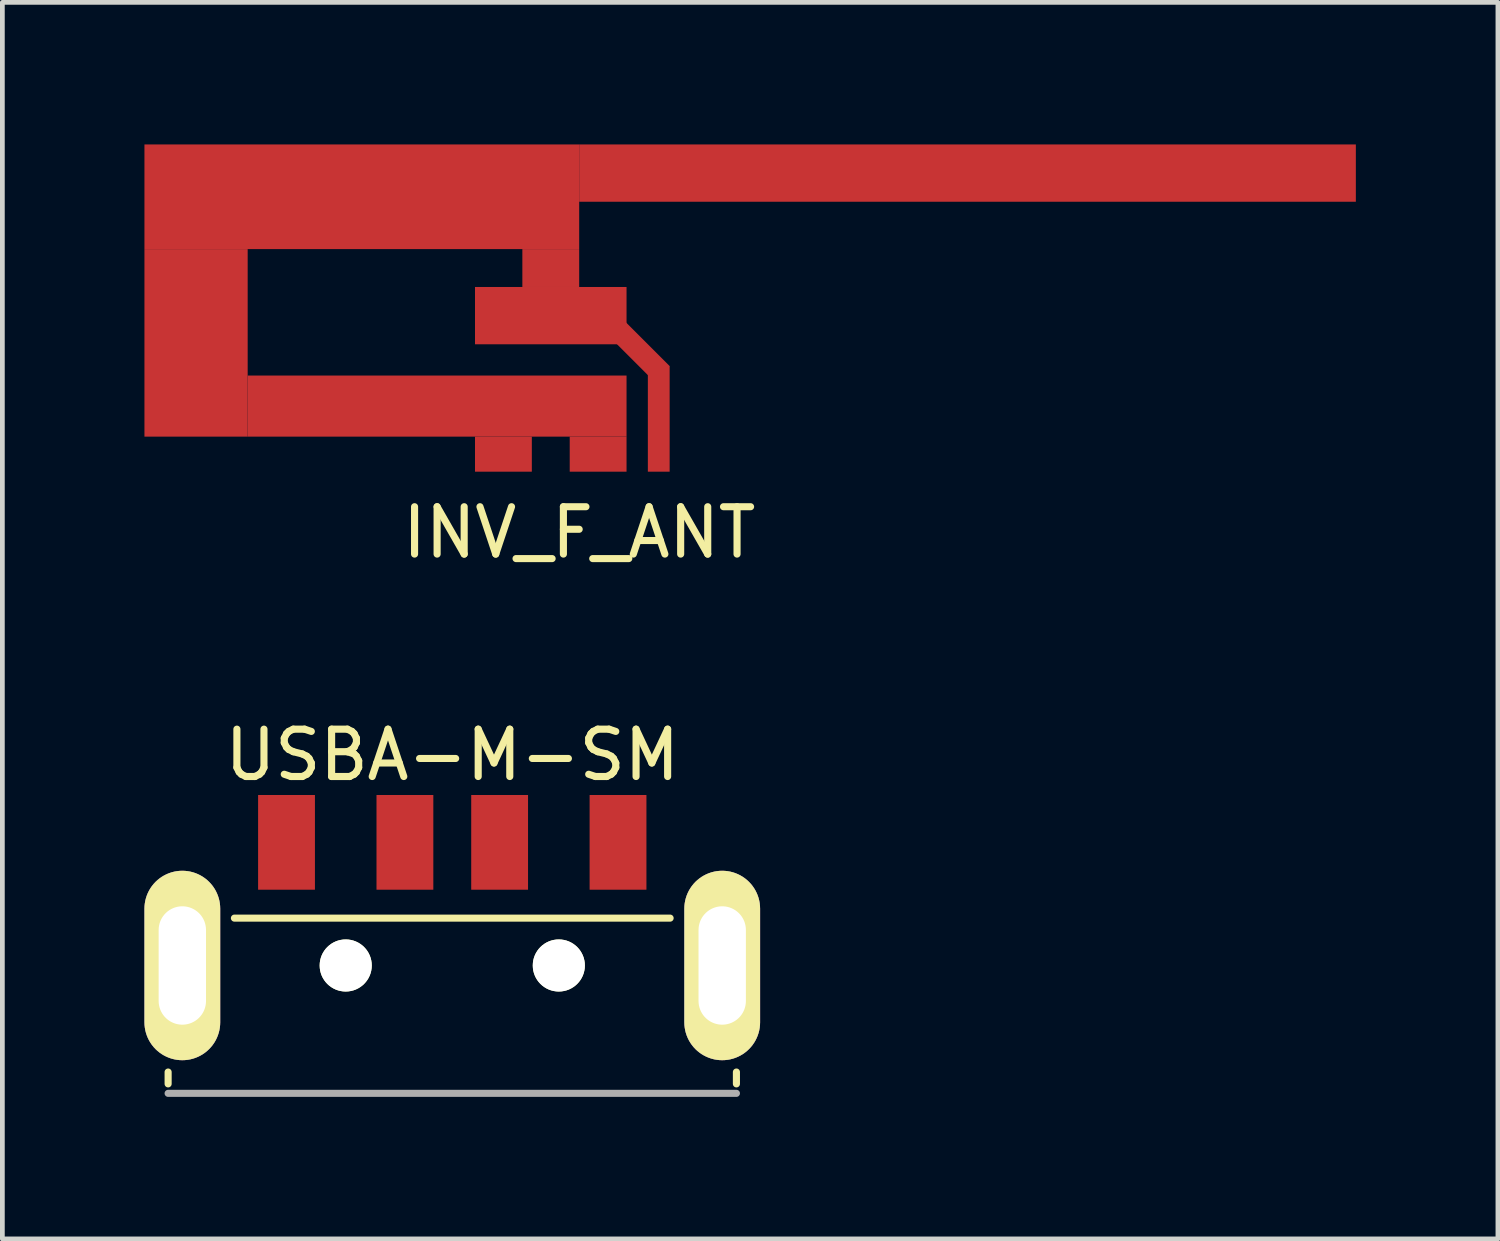
<source format=kicad_pcb>
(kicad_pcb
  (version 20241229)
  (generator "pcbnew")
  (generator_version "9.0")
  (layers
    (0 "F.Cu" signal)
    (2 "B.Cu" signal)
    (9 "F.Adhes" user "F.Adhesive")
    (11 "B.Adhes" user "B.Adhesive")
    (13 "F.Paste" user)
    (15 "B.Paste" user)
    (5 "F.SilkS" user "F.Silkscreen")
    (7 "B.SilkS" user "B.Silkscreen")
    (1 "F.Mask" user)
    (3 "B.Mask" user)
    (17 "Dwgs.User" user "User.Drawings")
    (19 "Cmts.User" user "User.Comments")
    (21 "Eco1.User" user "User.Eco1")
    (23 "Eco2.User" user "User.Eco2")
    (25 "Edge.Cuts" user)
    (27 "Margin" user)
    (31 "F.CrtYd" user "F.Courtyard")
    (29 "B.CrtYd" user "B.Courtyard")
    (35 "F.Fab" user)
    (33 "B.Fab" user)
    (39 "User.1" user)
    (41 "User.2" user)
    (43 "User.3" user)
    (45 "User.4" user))
  (footprint "INV_F_ANT"
    (layer "F.Cu")
    (at 9.18 1.21)
    (property "Reference" "INV_F_ANT" (at 0 6.985 0) (layer "F.SilkS") (effects (font (size 1 1) (thickness 0.15))))
    (attr through_hole)
    (pad "" smd rect (at -8.09 2.98) (size 2.18 3.96) (layers "F.Cu" "F.Paste"))
    (pad "" smd rect (at -4.59 -0.105) (size 9.18 2.21) (layers "F.Cu" "F.Paste"))
    (pad "" smd rect (at -3 4.315) (size 8 1.29) (layers "F.Cu" "F.Paste"))
    (pad "" smd rect (at -0.6 1.4) (size 1.2 0.8) (layers "F.Cu" "F.Paste"))
    (pad "" smd rect (at -0.6 2.405) (size 3.2 1.21) (layers "F.Cu" "F.Paste"))
    (pad "" smd rect (at 1.04 2.925 45) (size 0.46 2) (layers "F.Cu" "F.Paste"))
    (pad "" smd rect (at 8.2 -0.605) (size 16.4 1.21) (layers "F.Cu" "F.Paste"))
    (pad "1" smd rect (at 1.68 4.585) (size 0.46 2.23) (layers "F.Cu" "F.Paste"))
    (pad "2" smd rect (at 0.4 5.33) (size 1.2 0.74) (layers "F.Cu" "F.Paste"))
    (pad "3" smd rect (at -1.6 5.33) (size 1.2 0.74) (layers "F.Cu" "F.Paste")))
  (footprint "USBA-M-SM"
    (layer "F.Cu")
    (at 6.5 17.337)
    (property "Reference" "USBA-M-SM" (at 0 -4.445 0) (layer "F.SilkS") (effects (font (size 1 1) (thickness 0.15))))
    (attr through_hole)
    (fp_line (start -6 2.5) (end -6 2.25) (stroke (width 0.15) (type solid)) (layer "F.SilkS"))
    (fp_line (start -4.6 -1) (end 4.6 -1) (stroke (width 0.15) (type solid)) (layer "F.SilkS"))
    (fp_line (start 6 2.5) (end 6 2.25) (stroke (width 0.15) (type solid)) (layer "F.SilkS"))
    (fp_line (start -6 2.7) (end 6 2.7) (stroke (width 0.15) (type solid)) (layer "F.Fab"))
    (pad "" np_thru_hole circle (at -2.25 0) (size 1.1 1.1) (drill 1.1) (layers "*.Cu" "*.Mask" "F.SilkS"))
    (pad "" np_thru_hole circle (at 2.25 0) (size 1.1 1.1) (drill 1.1) (layers "*.Cu" "*.Mask" "F.SilkS"))
    (pad "1" smd rect (at -3.5 -2.6) (size 1.2 2) (layers "F.Cu" "F.Mask" "F.Paste"))
    (pad "2" smd rect (at -1 -2.6) (size 1.2 2) (layers "F.Cu" "F.Mask" "F.Paste"))
    (pad "3" smd rect (at 1 -2.6) (size 1.2 2) (layers "F.Cu" "F.Mask" "F.Paste"))
    (pad "4" smd rect (at 3.5 -2.6) (size 1.2 2) (layers "F.Cu" "F.Mask" "F.Paste"))
    (pad "5" thru_hole oval (at -5.7 0) (size 1.6 4) (drill oval 1 2.5) (layers "*.Cu" "*.Mask" "F.SilkS"))
    (pad "5" thru_hole oval (at 5.7 0) (size 1.6 4) (drill oval 1 2.5) (layers "*.Cu" "*.Mask" "F.SilkS")))
  (gr_rect
    (start -3 -3)
    (end 28.58 23.111)
    (stroke (width 0.1) (type default))
    (fill no)
    (layer "Edge.Cuts")))
</source>
